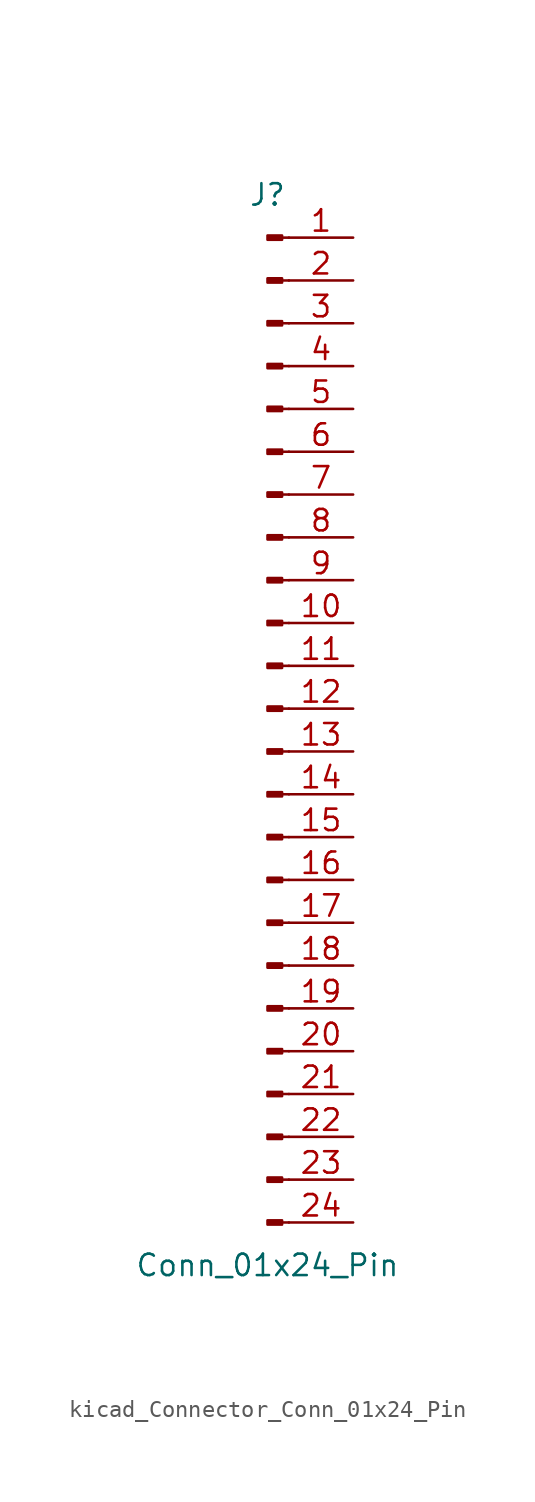
<source format=kicad_sym>
(kicad_symbol_lib
  (version 20220914)
  (generator kicad_symbol_editor)
  (symbol "kicad_Connector_Conn_01x24_Pin"
    (pin_names
      (offset 1.016) hide)
    (property "Reference" "J"
      (at 0 30.48 0)
      (effects (font (size 1.27 1.27))))
    (property "Value" "Conn_01x24_Pin"
      (at 0 -33.02 0)
      (effects (font (size 1.27 1.27))))
    (property "ki_locked" ""
      (at 0 0 0)
      (effects (font (size 1.27 1.27))))
    (symbol "kicad_Connector_Conn_01x24_Pin_1_1"
      (polyline (pts (xy 1.27 -30.48) (xy 0.864 -30.48)) (stroke (width 0.152) (type default)) (fill (type none)))
      (polyline (pts (xy 1.27 -27.94) (xy 0.864 -27.94)) (stroke (width 0.152) (type default)) (fill (type none)))
      (polyline (pts (xy 1.27 -25.4) (xy 0.864 -25.4)) (stroke (width 0.152) (type default)) (fill (type none)))
      (polyline (pts (xy 1.27 -22.86) (xy 0.864 -22.86)) (stroke (width 0.152) (type default)) (fill (type none)))
      (polyline (pts (xy 1.27 -20.32) (xy 0.864 -20.32)) (stroke (width 0.152) (type default)) (fill (type none)))
      (polyline (pts (xy 1.27 -17.78) (xy 0.864 -17.78)) (stroke (width 0.152) (type default)) (fill (type none)))
      (polyline (pts (xy 1.27 -15.24) (xy 0.864 -15.24)) (stroke (width 0.152) (type default)) (fill (type none)))
      (polyline (pts (xy 1.27 -12.7) (xy 0.864 -12.7)) (stroke (width 0.152) (type default)) (fill (type none)))
      (polyline (pts (xy 1.27 -10.16) (xy 0.864 -10.16)) (stroke (width 0.152) (type default)) (fill (type none)))
      (polyline (pts (xy 1.27 -7.62) (xy 0.864 -7.62)) (stroke (width 0.152) (type default)) (fill (type none)))
      (polyline (pts (xy 1.27 -5.08) (xy 0.864 -5.08)) (stroke (width 0.152) (type default)) (fill (type none)))
      (polyline (pts (xy 1.27 -2.54) (xy 0.864 -2.54)) (stroke (width 0.152) (type default)) (fill (type none)))
      (polyline (pts (xy 1.27 0) (xy 0.864 0)) (stroke (width 0.152) (type default)) (fill (type none)))
      (polyline (pts (xy 1.27 2.54) (xy 0.864 2.54)) (stroke (width 0.152) (type default)) (fill (type none)))
      (polyline (pts (xy 1.27 5.08) (xy 0.864 5.08)) (stroke (width 0.152) (type default)) (fill (type none)))
      (polyline (pts (xy 1.27 7.62) (xy 0.864 7.62)) (stroke (width 0.152) (type default)) (fill (type none)))
      (polyline (pts (xy 1.27 10.16) (xy 0.864 10.16)) (stroke (width 0.152) (type default)) (fill (type none)))
      (polyline (pts (xy 1.27 12.7) (xy 0.864 12.7)) (stroke (width 0.152) (type default)) (fill (type none)))
      (polyline (pts (xy 1.27 15.24) (xy 0.864 15.24)) (stroke (width 0.152) (type default)) (fill (type none)))
      (polyline (pts (xy 1.27 17.78) (xy 0.864 17.78)) (stroke (width 0.152) (type default)) (fill (type none)))
      (polyline (pts (xy 1.27 20.32) (xy 0.864 20.32)) (stroke (width 0.152) (type default)) (fill (type none)))
      (polyline (pts (xy 1.27 22.86) (xy 0.864 22.86)) (stroke (width 0.152) (type default)) (fill (type none)))
      (polyline (pts (xy 1.27 25.4) (xy 0.864 25.4)) (stroke (width 0.152) (type default)) (fill (type none)))
      (polyline (pts (xy 1.27 27.94) (xy 0.864 27.94)) (stroke (width 0.152) (type default)) (fill (type none)))
      (rectangle (start 0.864 -30.353) (end 0 -30.607) (stroke (width 0.152) (type default)) (fill (type outline)))
      (rectangle (start 0.864 -27.813) (end 0 -28.067) (stroke (width 0.152) (type default)) (fill (type outline)))
      (rectangle (start 0.864 -25.273) (end 0 -25.527) (stroke (width 0.152) (type default)) (fill (type outline)))
      (rectangle (start 0.864 -22.733) (end 0 -22.987) (stroke (width 0.152) (type default)) (fill (type outline)))
      (rectangle (start 0.864 -20.193) (end 0 -20.447) (stroke (width 0.152) (type default)) (fill (type outline)))
      (rectangle (start 0.864 -17.653) (end 0 -17.907) (stroke (width 0.152) (type default)) (fill (type outline)))
      (rectangle (start 0.864 -15.113) (end 0 -15.367) (stroke (width 0.152) (type default)) (fill (type outline)))
      (rectangle (start 0.864 -12.573) (end 0 -12.827) (stroke (width 0.152) (type default)) (fill (type outline)))
      (rectangle (start 0.864 -10.033) (end 0 -10.287) (stroke (width 0.152) (type default)) (fill (type outline)))
      (rectangle (start 0.864 -7.493) (end 0 -7.747) (stroke (width 0.152) (type default)) (fill (type outline)))
      (rectangle (start 0.864 -4.953) (end 0 -5.207) (stroke (width 0.152) (type default)) (fill (type outline)))
      (rectangle (start 0.864 -2.413) (end 0 -2.667) (stroke (width 0.152) (type default)) (fill (type outline)))
      (rectangle (start 0.864 0.127) (end 0 -0.127) (stroke (width 0.152) (type default)) (fill (type outline)))
      (rectangle (start 0.864 2.667) (end 0 2.413) (stroke (width 0.152) (type default)) (fill (type outline)))
      (rectangle (start 0.864 5.207) (end 0 4.953) (stroke (width 0.152) (type default)) (fill (type outline)))
      (rectangle (start 0.864 7.747) (end 0 7.493) (stroke (width 0.152) (type default)) (fill (type outline)))
      (rectangle (start 0.864 10.287) (end 0 10.033) (stroke (width 0.152) (type default)) (fill (type outline)))
      (rectangle (start 0.864 12.827) (end 0 12.573) (stroke (width 0.152) (type default)) (fill (type outline)))
      (rectangle (start 0.864 15.367) (end 0 15.113) (stroke (width 0.152) (type default)) (fill (type outline)))
      (rectangle (start 0.864 17.907) (end 0 17.653) (stroke (width 0.152) (type default)) (fill (type outline)))
      (rectangle (start 0.864 20.447) (end 0 20.193) (stroke (width 0.152) (type default)) (fill (type outline)))
      (rectangle (start 0.864 22.987) (end 0 22.733) (stroke (width 0.152) (type default)) (fill (type outline)))
      (rectangle (start 0.864 25.527) (end 0 25.273) (stroke (width 0.152) (type default)) (fill (type outline)))
      (rectangle (start 0.864 28.067) (end 0 27.813) (stroke (width 0.152) (type default)) (fill (type outline)))
      (pin passive line (at 5.08 27.94 180) (length 3.81) (name "Pin_1" (effects (font (size 1.27 1.27)))) (number "1" (effects (font (size 1.27 1.27)))))
      (pin passive line (at 5.08 5.08 180) (length 3.81) (name "Pin_10" (effects (font (size 1.27 1.27)))) (number "10" (effects (font (size 1.27 1.27)))))
      (pin passive line (at 5.08 2.54 180) (length 3.81) (name "Pin_11" (effects (font (size 1.27 1.27)))) (number "11" (effects (font (size 1.27 1.27)))))
      (pin passive line (at 5.08 0 180) (length 3.81) (name "Pin_12" (effects (font (size 1.27 1.27)))) (number "12" (effects (font (size 1.27 1.27)))))
      (pin passive line (at 5.08 -2.54 180) (length 3.81) (name "Pin_13" (effects (font (size 1.27 1.27)))) (number "13" (effects (font (size 1.27 1.27)))))
      (pin passive line (at 5.08 -5.08 180) (length 3.81) (name "Pin_14" (effects (font (size 1.27 1.27)))) (number "14" (effects (font (size 1.27 1.27)))))
      (pin passive line (at 5.08 -7.62 180) (length 3.81) (name "Pin_15" (effects (font (size 1.27 1.27)))) (number "15" (effects (font (size 1.27 1.27)))))
      (pin passive line (at 5.08 -10.16 180) (length 3.81) (name "Pin_16" (effects (font (size 1.27 1.27)))) (number "16" (effects (font (size 1.27 1.27)))))
      (pin passive line (at 5.08 -12.7 180) (length 3.81) (name "Pin_17" (effects (font (size 1.27 1.27)))) (number "17" (effects (font (size 1.27 1.27)))))
      (pin passive line (at 5.08 -15.24 180) (length 3.81) (name "Pin_18" (effects (font (size 1.27 1.27)))) (number "18" (effects (font (size 1.27 1.27)))))
      (pin passive line (at 5.08 -17.78 180) (length 3.81) (name "Pin_19" (effects (font (size 1.27 1.27)))) (number "19" (effects (font (size 1.27 1.27)))))
      (pin passive line (at 5.08 25.4 180) (length 3.81) (name "Pin_2" (effects (font (size 1.27 1.27)))) (number "2" (effects (font (size 1.27 1.27)))))
      (pin passive line (at 5.08 -20.32 180) (length 3.81) (name "Pin_20" (effects (font (size 1.27 1.27)))) (number "20" (effects (font (size 1.27 1.27)))))
      (pin passive line (at 5.08 -22.86 180) (length 3.81) (name "Pin_21" (effects (font (size 1.27 1.27)))) (number "21" (effects (font (size 1.27 1.27)))))
      (pin passive line (at 5.08 -25.4 180) (length 3.81) (name "Pin_22" (effects (font (size 1.27 1.27)))) (number "22" (effects (font (size 1.27 1.27)))))
      (pin passive line (at 5.08 -27.94 180) (length 3.81) (name "Pin_23" (effects (font (size 1.27 1.27)))) (number "23" (effects (font (size 1.27 1.27)))))
      (pin passive line (at 5.08 -30.48 180) (length 3.81) (name "Pin_24" (effects (font (size 1.27 1.27)))) (number "24" (effects (font (size 1.27 1.27)))))
      (pin passive line (at 5.08 22.86 180) (length 3.81) (name "Pin_3" (effects (font (size 1.27 1.27)))) (number "3" (effects (font (size 1.27 1.27)))))
      (pin passive line (at 5.08 20.32 180) (length 3.81) (name "Pin_4" (effects (font (size 1.27 1.27)))) (number "4" (effects (font (size 1.27 1.27)))))
      (pin passive line (at 5.08 17.78 180) (length 3.81) (name "Pin_5" (effects (font (size 1.27 1.27)))) (number "5" (effects (font (size 1.27 1.27)))))
      (pin passive line (at 5.08 15.24 180) (length 3.81) (name "Pin_6" (effects (font (size 1.27 1.27)))) (number "6" (effects (font (size 1.27 1.27)))))
      (pin passive line (at 5.08 12.7 180) (length 3.81) (name "Pin_7" (effects (font (size 1.27 1.27)))) (number "7" (effects (font (size 1.27 1.27)))))
      (pin passive line (at 5.08 10.16 180) (length 3.81) (name "Pin_8" (effects (font (size 1.27 1.27)))) (number "8" (effects (font (size 1.27 1.27)))))
      (pin passive line (at 5.08 7.62 180) (length 3.81) (name "Pin_9" (effects (font (size 1.27 1.27)))) (number "9" (effects (font (size 1.27 1.27))))))))
</source>
